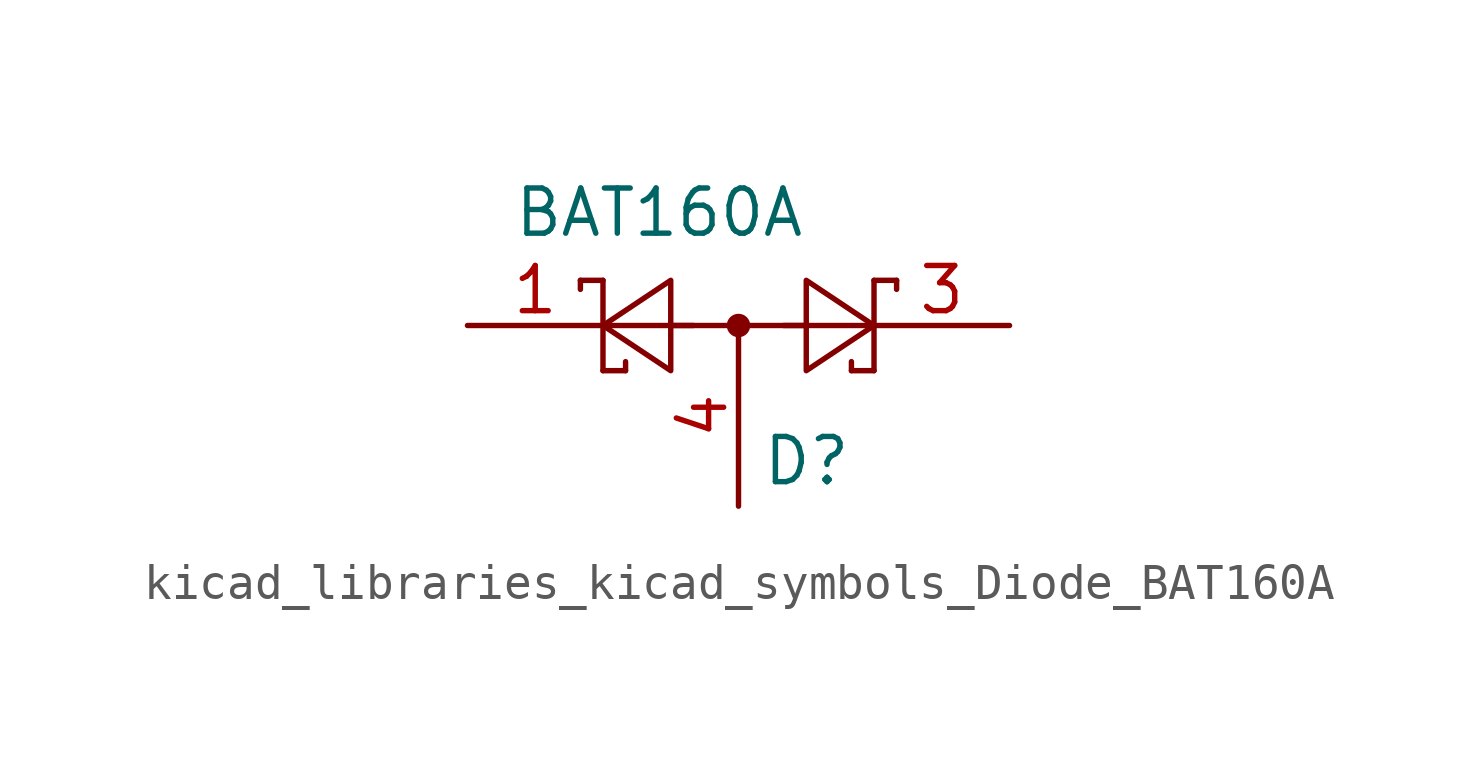
<source format=kicad_sym>
(kicad_symbol_lib
  (version 20220914)
  (generator kicad_symbol_editor)
  (symbol "kicad_libraries_kicad_symbols_Diode_BAT160A"
    (property "Reference" "D"
      (at 0.635 -3.81 0)
      (effects (font (size 1.27 1.27)) (justify left)))
    (property "Value" "BAT160A"
      (at -6.35 3.175 0)
      (effects (font (size 1.27 1.27)) (justify left)))
    (symbol "kicad_libraries_kicad_symbols_Diode_BAT160A_0_1"
      (polyline (pts (xy -4.445 1.27) (xy -4.445 1.016)) (stroke (width 0) (type default)) (fill (type none)))
      (polyline (pts (xy -3.81 -1.27) (xy -3.81 1.27)) (stroke (width 0) (type default)) (fill (type none)))
      (polyline (pts (xy -3.81 -1.27) (xy -3.175 -1.27)) (stroke (width 0) (type default)) (fill (type none)))
      (polyline (pts (xy -3.81 0) (xy -1.27 0)) (stroke (width 0) (type default)) (fill (type none)))
      (polyline (pts (xy -3.81 1.27) (xy -4.445 1.27)) (stroke (width 0) (type default)) (fill (type none)))
      (polyline (pts (xy -3.175 -1.27) (xy -3.175 -1.016)) (stroke (width 0) (type default)) (fill (type none)))
      (polyline (pts (xy -1.905 0) (xy 1.905 0)) (stroke (width 0) (type default)) (fill (type none)))
      (polyline (pts (xy 1.27 0) (xy 3.81 0)) (stroke (width 0) (type default)) (fill (type none)))
      (polyline (pts (xy 3.175 -1.27) (xy 3.175 -1.016)) (stroke (width 0) (type default)) (fill (type none)))
      (polyline (pts (xy 3.81 -1.27) (xy 3.175 -1.27)) (stroke (width 0) (type default)) (fill (type none)))
      (polyline (pts (xy 3.81 -1.27) (xy 3.81 1.27)) (stroke (width 0) (type default)) (fill (type none)))
      (polyline (pts (xy 3.81 1.27) (xy 4.445 1.27)) (stroke (width 0) (type default)) (fill (type none)))
      (polyline (pts (xy 4.445 1.27) (xy 4.445 1.016)) (stroke (width 0) (type default)) (fill (type none)))
      (polyline (pts (xy -1.905 1.27) (xy -1.905 -1.27) (xy -3.81 0) (xy -1.905 1.27)) (stroke (width 0) (type default)) (fill (type none)))
      (polyline (pts (xy 1.905 1.27) (xy 1.905 -1.27) (xy 3.81 0) (xy 1.905 1.27)) (stroke (width 0) (type default)) (fill (type none)))
      (circle (center 0 0) (radius 0.254) (stroke (width 0) (type default)) (fill (type outline))))
    (symbol "kicad_libraries_kicad_symbols_Diode_BAT160A_1_1"
      (pin passive line (at -7.62 0 0) (length 3.81) (name "~" (effects (font (size 1.27 1.27)))) (number "1" (effects (font (size 1.27 1.27)))))
      (pin no_connect line (at 0 0 270) (length 2.54) hide (name "NC" (effects (font (size 1.27 1.27)))) (number "2" (effects (font (size 1.27 1.27)))))
      (pin passive line (at 7.62 0 180) (length 3.81) (name "~" (effects (font (size 1.27 1.27)))) (number "3" (effects (font (size 1.27 1.27)))))
      (pin passive line (at 0 -5.08 90) (length 5.08) (name "~" (effects (font (size 1.27 1.27)))) (number "4" (effects (font (size 1.27 1.27))))))))
</source>
